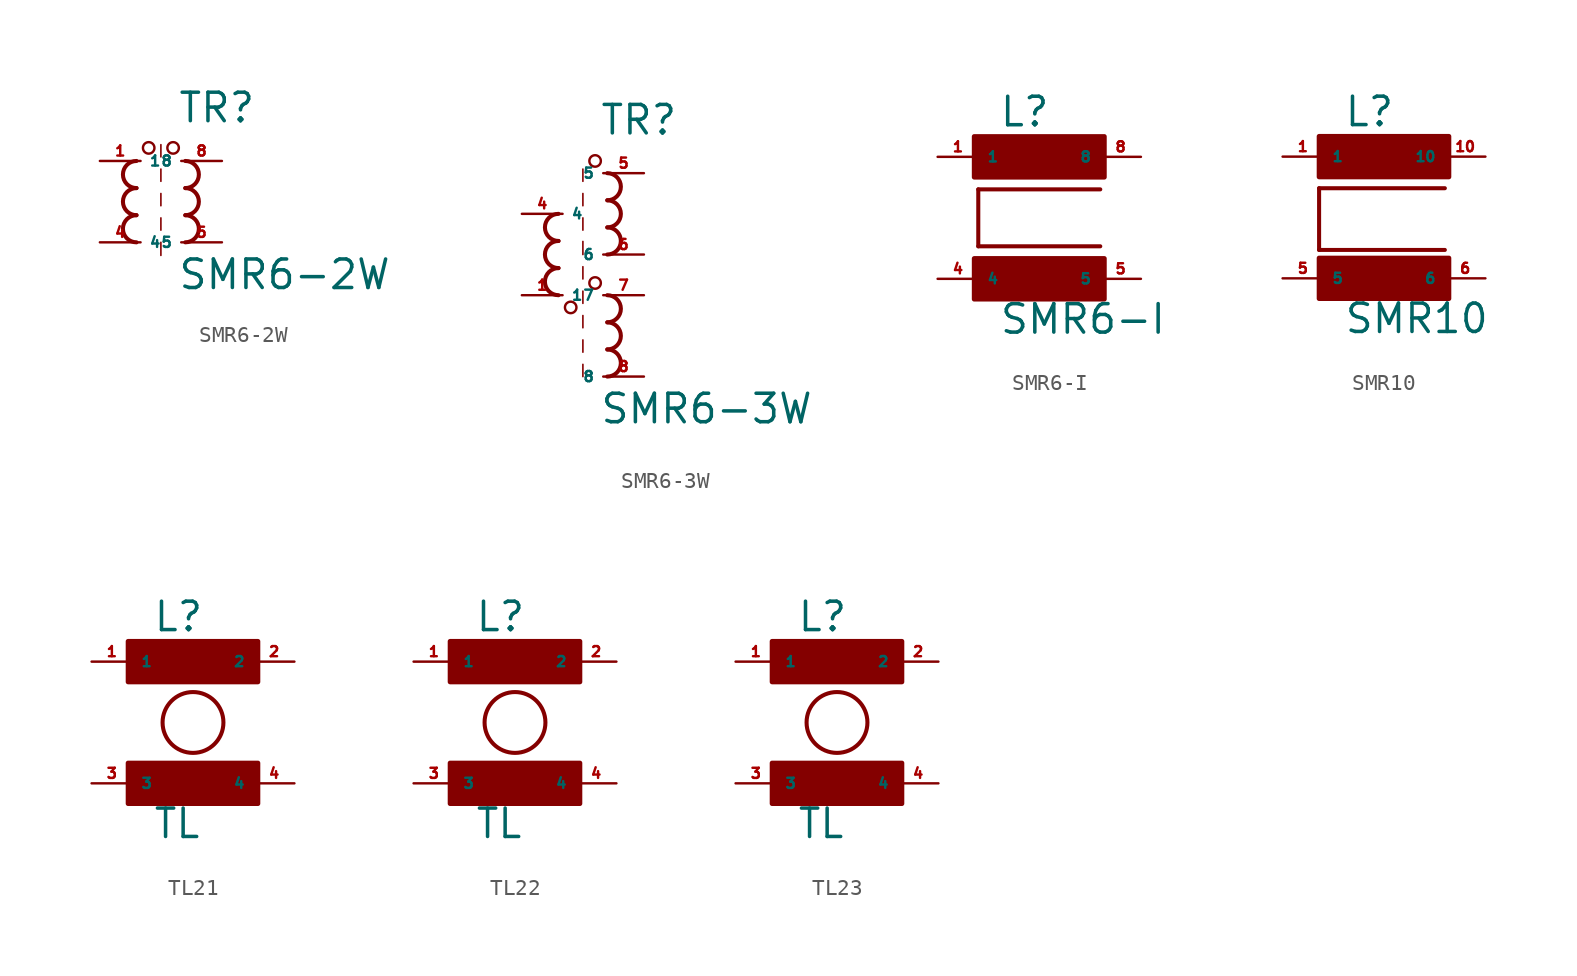
<source format=kicad_sym>
(kicad_symbol_lib
  (version 20220914)
  (generator kicad_symbol_editor)
  (symbol "SMR6-2W"
    (property "Reference" "TR"
      (at 2.286 4.826 0)
      (effects (font (size 1.778 1.778) (thickness 0.22)) (justify left bottom)))
    (property "Value" "SMR6-2W"
      (at 2.286 -5.588 0)
      (effects (font (size 1.778 1.778) (thickness 0.22)) (justify left bottom)))
    (symbol "SMR6-2W_1_1"
      (arc (start -0.254 -0.8466) (mid -1.1004 -1.6933) (end -0.254 -2.54) (stroke (width 0.254) (type default)) (fill (type none)))
      (arc (start -0.254 0.8466) (mid -1.1002 0) (end -0.254 -0.8466) (stroke (width 0.254) (type default)) (fill (type none)))
      (arc (start -0.254 2.54) (mid -1.1004 1.6933) (end -0.254 0.8466) (stroke (width 0.254) (type default)) (fill (type none)))
      (polyline (pts (xy 1.27 -2.54) (xy 1.27 -3.356)) (stroke (width 0.102) (type default)) (fill (type none)))
      (polyline (pts (xy 1.27 -1.016) (xy 1.27 -1.778)) (stroke (width 0.102) (type default)) (fill (type none)))
      (polyline (pts (xy 1.27 0.508) (xy 1.27 -0.254)) (stroke (width 0.102) (type default)) (fill (type none)))
      (polyline (pts (xy 1.27 2.032) (xy 1.27 1.27)) (stroke (width 0.102) (type default)) (fill (type none)))
      (polyline (pts (xy 1.27 3.556) (xy 1.27 2.794)) (stroke (width 0.102) (type default)) (fill (type none)))
      (circle (center 0.508 3.356) (radius 0.359) (stroke (width 0) (type default)) (fill (type none)))
      (circle (center 2.032 3.356) (radius 0.359) (stroke (width 0) (type default)) (fill (type none)))
      (arc (start 2.794 -2.54) (mid 3.6404 -1.6933) (end 2.794 -0.8466) (stroke (width 0.254) (type default)) (fill (type none)))
      (arc (start 2.794 -0.8466) (mid 3.6402 0) (end 2.794 0.8466) (stroke (width 0.254) (type default)) (fill (type none)))
      (arc (start 2.794 0.8466) (mid 3.6404 1.6933) (end 2.794 2.54) (stroke (width 0.254) (type default)) (fill (type none)))
      (pin passive line (at -2.54 2.54 0) (length 2.54) (name "1" (effects (font (size 0.635 0.635)))) (number "1" (effects (font (size 0.635 0.635)))))
      (pin passive line (at -2.54 -2.54 0) (length 2.54) (name "4" (effects (font (size 0.635 0.635)))) (number "4" (effects (font (size 0.635 0.635)))))
      (pin passive line (at 5.08 -2.54 180) (length 2.54) (name "5" (effects (font (size 0.635 0.635)))) (number "5" (effects (font (size 0.635 0.635)))))
      (pin passive line (at 5.08 2.54 180) (length 2.54) (name "8" (effects (font (size 0.635 0.635)))) (number "8" (effects (font (size 0.635 0.635)))))))
  (symbol "SMR6-3W"
    (property "Reference" "TR"
      (at -0.254 9.906 0)
      (effects (font (size 1.778 1.778) (thickness 0.22)) (justify left bottom)))
    (property "Value" "SMR6-3W"
      (at -0.254 -8.128 0)
      (effects (font (size 1.778 1.778) (thickness 0.22)) (justify left bottom)))
    (symbol "SMR6-3W_1_1"
      (arc (start -2.794 1.6934) (mid -3.6404 0.8467) (end -2.794 0) (stroke (width 0.254) (type default)) (fill (type none)))
      (arc (start -2.794 3.3866) (mid -3.6402 2.54) (end -2.794 1.6934) (stroke (width 0.254) (type default)) (fill (type none)))
      (arc (start -2.794 5.08) (mid -3.6404 4.2333) (end -2.794 3.3866) (stroke (width 0.254) (type default)) (fill (type none)))
      (circle (center -2.032 -0.762) (radius 0.359) (stroke (width 0) (type default)) (fill (type none)))
      (circle (center -0.508 0.762) (radius 0.359) (stroke (width 0) (type default)) (fill (type none)))
      (circle (center -0.508 8.382) (radius 0.359) (stroke (width 0) (type default)) (fill (type none)))
      (polyline (pts (xy -1.27 -4.318) (xy -1.27 -5.08)) (stroke (width 0.102) (type default)) (fill (type none)))
      (polyline (pts (xy -1.27 -2.794) (xy -1.27 -3.556)) (stroke (width 0.102) (type default)) (fill (type none)))
      (polyline (pts (xy -1.27 -1.27) (xy -1.27 -2.032)) (stroke (width 0.102) (type default)) (fill (type none)))
      (polyline (pts (xy -1.27 0.254) (xy -1.27 -0.508)) (stroke (width 0.102) (type default)) (fill (type none)))
      (polyline (pts (xy -1.27 1.778) (xy -1.27 1.016)) (stroke (width 0.102) (type default)) (fill (type none)))
      (polyline (pts (xy -1.27 3.356) (xy -1.27 2.54)) (stroke (width 0.102) (type default)) (fill (type none)))
      (polyline (pts (xy -1.27 4.826) (xy -1.27 4.064)) (stroke (width 0.102) (type default)) (fill (type none)))
      (polyline (pts (xy -1.27 6.35) (xy -1.27 5.588)) (stroke (width 0.102) (type default)) (fill (type none)))
      (polyline (pts (xy -1.27 7.874) (xy -1.27 7.112)) (stroke (width 0.102) (type default)) (fill (type none)))
      (arc (start 0.254 -5.08) (mid 1.1004 -4.2333) (end 0.254 -3.3866) (stroke (width 0.254) (type default)) (fill (type none)))
      (arc (start 0.254 -3.3866) (mid 1.1002 -2.54) (end 0.254 -1.6934) (stroke (width 0.254) (type default)) (fill (type none)))
      (arc (start 0.254 -1.6934) (mid 1.1004 -0.8467) (end 0.254 0) (stroke (width 0.254) (type default)) (fill (type none)))
      (arc (start 0.254 2.54) (mid 1.1004 3.3867) (end 0.254 4.2334) (stroke (width 0.254) (type default)) (fill (type none)))
      (arc (start 0.254 4.2332) (mid 1.1004 5.0799) (end 0.254 5.9266) (stroke (width 0.254) (type default)) (fill (type none)))
      (arc (start 0.254 5.9266) (mid 1.1004 6.7733) (end 0.254 7.62) (stroke (width 0.254) (type default)) (fill (type none)))
      (pin passive line (at -5.08 0 0) (length 2.54) (name "1" (effects (font (size 0.635 0.635)))) (number "1" (effects (font (size 0.635 0.635)))))
      (pin passive line (at -5.08 5.08 0) (length 2.54) (name "4" (effects (font (size 0.635 0.635)))) (number "4" (effects (font (size 0.635 0.635)))))
      (pin passive line (at 2.54 7.62 180) (length 2.54) (name "5" (effects (font (size 0.635 0.635)))) (number "5" (effects (font (size 0.635 0.635)))))
      (pin passive line (at 2.54 2.54 180) (length 2.54) (name "6" (effects (font (size 0.635 0.635)))) (number "6" (effects (font (size 0.635 0.635)))))
      (pin passive line (at 2.54 0 180) (length 2.54) (name "7" (effects (font (size 0.635 0.635)))) (number "7" (effects (font (size 0.635 0.635)))))
      (pin passive line (at 2.54 -5.08 180) (length 2.54) (name "8" (effects (font (size 0.635 0.635)))) (number "8" (effects (font (size 0.635 0.635)))))))
  (symbol "SMR6-I"
    (property "Reference" "L"
      (at -1.27 6.858 0)
      (effects (font (size 1.778 1.778) (thickness 0.22)) (justify left bottom)))
    (property "Value" "SMR6-I"
      (at -1.27 -6.096 0)
      (effects (font (size 1.778 1.778) (thickness 0.22)) (justify left bottom)))
    (symbol "SMR6-I_1_1"
      (rectangle (start -2.794 -3.81) (end 5.334 -1.27) (stroke (width 0.3) (type default)) (fill (type outline)))
      (rectangle (start -2.794 3.81) (end 5.334 6.35) (stroke (width 0.3) (type default)) (fill (type outline)))
      (polyline (pts (xy -2.54 -0.508) (xy -2.54 3.048)) (stroke (width 0.254) (type default)) (fill (type none)))
      (polyline (pts (xy -2.54 3.048) (xy 5.08 3.048)) (stroke (width 0.254) (type default)) (fill (type none)))
      (polyline (pts (xy 5.08 -0.508) (xy -2.54 -0.508)) (stroke (width 0.254) (type default)) (fill (type none)))
      (pin passive line (at -5.08 5.08 0) (length 2.54) (name "1" (effects (font (size 0.635 0.635)))) (number "1" (effects (font (size 0.635 0.635)))))
      (pin passive line (at -5.08 -2.54 0) (length 2.54) (name "4" (effects (font (size 0.635 0.635)))) (number "4" (effects (font (size 0.635 0.635)))))
      (pin passive line (at 7.62 -2.54 180) (length 2.54) (name "5" (effects (font (size 0.635 0.635)))) (number "5" (effects (font (size 0.635 0.635)))))
      (pin passive line (at 7.62 5.08 180) (length 2.54) (name "8" (effects (font (size 0.635 0.635)))) (number "8" (effects (font (size 0.635 0.635)))))))
  (symbol "SMR10"
    (property "Reference" "L"
      (at -1.27 6.858 0)
      (effects (font (size 1.778 1.778) (thickness 0.22)) (justify left bottom)))
    (property "Value" "SMR10"
      (at -1.27 -6.096 0)
      (effects (font (size 1.778 1.778) (thickness 0.22)) (justify left bottom)))
    (symbol "SMR10_1_1"
      (rectangle (start -2.794 -3.81) (end 5.334 -1.27) (stroke (width 0.3) (type default)) (fill (type outline)))
      (rectangle (start -2.794 3.81) (end 5.334 6.35) (stroke (width 0.3) (type default)) (fill (type outline)))
      (polyline (pts (xy -2.794 -0.762) (xy -2.794 3.102)) (stroke (width 0.254) (type default)) (fill (type none)))
      (polyline (pts (xy -2.794 3.102) (xy 5.08 3.102)) (stroke (width 0.254) (type default)) (fill (type none)))
      (polyline (pts (xy 5.08 -0.762) (xy -2.794 -0.762)) (stroke (width 0.254) (type default)) (fill (type none)))
      (pin passive line (at -5.08 5.08 0) (length 2.54) (name "1" (effects (font (size 0.635 0.635)))) (number "1" (effects (font (size 0.635 0.635)))))
      (pin passive line (at 7.62 5.08 180) (length 2.54) (name "10" (effects (font (size 0.635 0.635)))) (number "10" (effects (font (size 0.635 0.635)))))
      (pin passive line (at -5.08 -2.54 0) (length 2.54) (name "5" (effects (font (size 0.635 0.635)))) (number "5" (effects (font (size 0.635 0.635)))))
      (pin passive line (at 7.62 -2.54 180) (length 2.54) (name "6" (effects (font (size 0.635 0.635)))) (number "6" (effects (font (size 0.635 0.635)))))))
  (symbol "TL21"
    (property "Reference" "L"
      (at -1.27 6.858 0)
      (effects (font (size 1.778 1.778) (thickness 0.22)) (justify left bottom)))
    (property "Value" "TL"
      (at -1.27 -6.096 0)
      (effects (font (size 1.778 1.778) (thickness 0.22)) (justify left bottom)))
    (symbol "TL21_1_1"
      (rectangle (start -2.794 -3.81) (end 5.334 -1.27) (stroke (width 0.3) (type default)) (fill (type outline)))
      (rectangle (start -2.794 3.81) (end 5.334 6.35) (stroke (width 0.3) (type default)) (fill (type outline)))
      (circle (center 1.27 1.27) (radius 1.905) (stroke (width 0.254) (type default)) (fill (type none)))
      (pin passive line (at -5.08 5.08 0) (length 2.54) (name "1" (effects (font (size 0.635 0.635)))) (number "1" (effects (font (size 0.635 0.635)))))
      (pin passive line (at 7.62 5.08 180) (length 2.54) (name "2" (effects (font (size 0.635 0.635)))) (number "2" (effects (font (size 0.635 0.635)))))
      (pin passive line (at -5.08 -2.54 0) (length 2.54) (name "3" (effects (font (size 0.635 0.635)))) (number "3" (effects (font (size 0.635 0.635)))))
      (pin passive line (at 7.62 -2.54 180) (length 2.54) (name "4" (effects (font (size 0.635 0.635)))) (number "4" (effects (font (size 0.635 0.635)))))))
  (symbol "TL22"
    (property "Reference" "L"
      (at -1.27 6.858 0)
      (effects (font (size 1.778 1.778) (thickness 0.22)) (justify left bottom)))
    (property "Value" "TL"
      (at -1.27 -6.096 0)
      (effects (font (size 1.778 1.778) (thickness 0.22)) (justify left bottom)))
    (symbol "TL22_1_1"
      (rectangle (start -2.794 -3.81) (end 5.334 -1.27) (stroke (width 0.3) (type default)) (fill (type outline)))
      (rectangle (start -2.794 3.81) (end 5.334 6.35) (stroke (width 0.3) (type default)) (fill (type outline)))
      (circle (center 1.27 1.27) (radius 1.905) (stroke (width 0.254) (type default)) (fill (type none)))
      (pin passive line (at -5.08 5.08 0) (length 2.54) (name "1" (effects (font (size 0.635 0.635)))) (number "1" (effects (font (size 0.635 0.635)))))
      (pin passive line (at 7.62 5.08 180) (length 2.54) (name "2" (effects (font (size 0.635 0.635)))) (number "2" (effects (font (size 0.635 0.635)))))
      (pin passive line (at -5.08 -2.54 0) (length 2.54) (name "3" (effects (font (size 0.635 0.635)))) (number "3" (effects (font (size 0.635 0.635)))))
      (pin passive line (at 7.62 -2.54 180) (length 2.54) (name "4" (effects (font (size 0.635 0.635)))) (number "4" (effects (font (size 0.635 0.635)))))))
  (symbol "TL23"
    (property "Reference" "L"
      (at -1.27 6.858 0)
      (effects (font (size 1.778 1.778) (thickness 0.22)) (justify left bottom)))
    (property "Value" "TL"
      (at -1.27 -6.096 0)
      (effects (font (size 1.778 1.778) (thickness 0.22)) (justify left bottom)))
    (symbol "TL23_1_1"
      (rectangle (start -2.794 -3.81) (end 5.334 -1.27) (stroke (width 0.3) (type default)) (fill (type outline)))
      (rectangle (start -2.794 3.81) (end 5.334 6.35) (stroke (width 0.3) (type default)) (fill (type outline)))
      (circle (center 1.27 1.27) (radius 1.905) (stroke (width 0.254) (type default)) (fill (type none)))
      (pin passive line (at -5.08 5.08 0) (length 2.54) (name "1" (effects (font (size 0.635 0.635)))) (number "1" (effects (font (size 0.635 0.635)))))
      (pin passive line (at 7.62 5.08 180) (length 2.54) (name "2" (effects (font (size 0.635 0.635)))) (number "2" (effects (font (size 0.635 0.635)))))
      (pin passive line (at -5.08 -2.54 0) (length 2.54) (name "3" (effects (font (size 0.635 0.635)))) (number "3" (effects (font (size 0.635 0.635)))))
      (pin passive line (at 7.62 -2.54 180) (length 2.54) (name "4" (effects (font (size 0.635 0.635)))) (number "4" (effects (font (size 0.635 0.635))))))))
</source>
